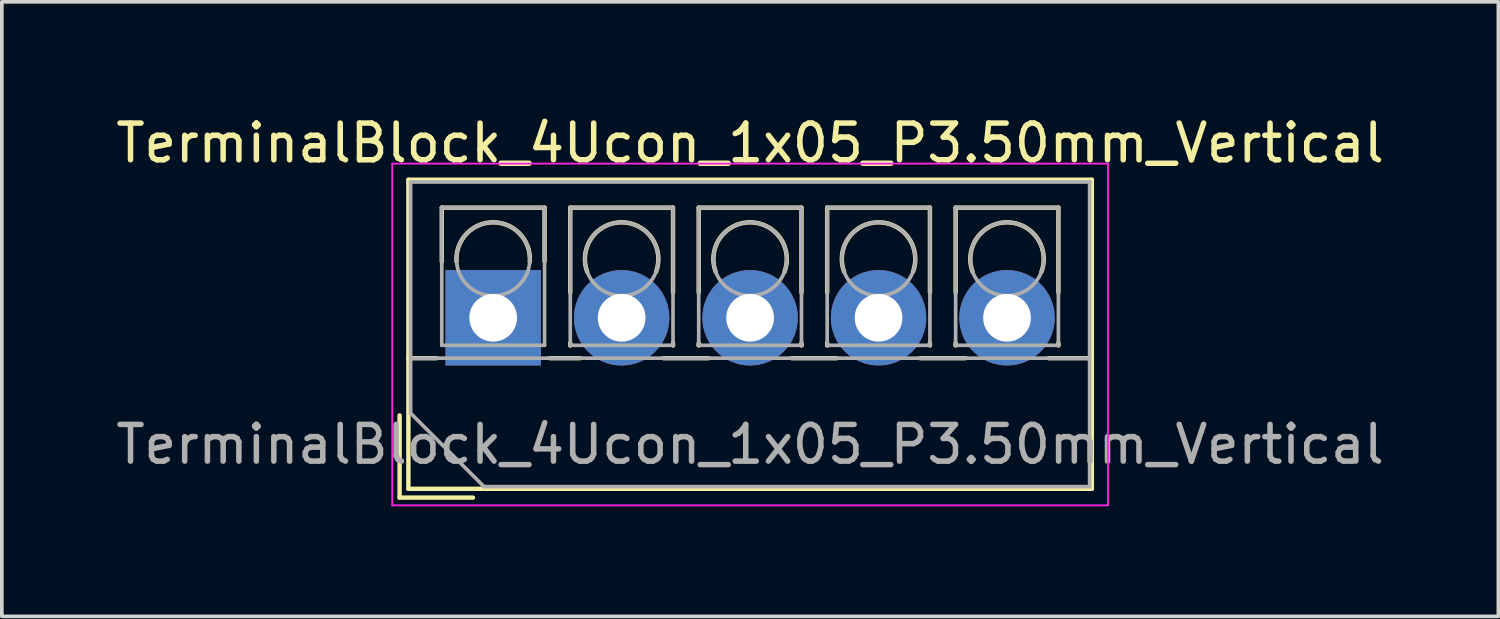
<source format=kicad_pcb>
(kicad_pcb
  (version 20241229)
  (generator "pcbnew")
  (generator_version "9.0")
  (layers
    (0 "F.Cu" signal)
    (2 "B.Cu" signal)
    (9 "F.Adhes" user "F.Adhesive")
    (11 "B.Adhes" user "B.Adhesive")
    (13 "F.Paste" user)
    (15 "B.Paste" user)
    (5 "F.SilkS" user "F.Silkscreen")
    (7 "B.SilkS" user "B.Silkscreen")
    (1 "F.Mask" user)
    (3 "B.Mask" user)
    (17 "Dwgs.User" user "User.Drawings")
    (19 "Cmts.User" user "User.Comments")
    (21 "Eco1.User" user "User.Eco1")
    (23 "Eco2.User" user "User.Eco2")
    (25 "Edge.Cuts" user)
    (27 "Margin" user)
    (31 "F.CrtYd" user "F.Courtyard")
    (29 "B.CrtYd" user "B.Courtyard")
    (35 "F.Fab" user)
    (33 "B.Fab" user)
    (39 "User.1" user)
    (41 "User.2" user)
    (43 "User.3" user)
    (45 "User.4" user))
  (footprint "TerminalBlock_4Ucon_1x05_P3.50mm_Vertical"
    (layer "F.Cu")
    (at 10.387 5.608)
    (property "Reference" "TerminalBlock_4Ucon_1x05_P3.50mm_Vertical" (at 7 -4.76 0) (layer "F.SilkS") (effects (font (size 1 1) (thickness 0.15))))
    (attr through_hole)
    (fp_line (start -2.55 2.66) (end -2.55 4.9) (stroke (width 0.12) (type solid)) (layer "F.SilkS"))
    (fp_line (start -2.55 4.9) (end -0.55 4.9) (stroke (width 0.12) (type solid)) (layer "F.SilkS"))
    (fp_line (start -2.31 -3.76) (end -2.31 4.66) (stroke (width 0.12) (type solid)) (layer "F.SilkS"))
    (fp_line (start -2.31 -3.76) (end 16.311 -3.76) (stroke (width 0.12) (type solid)) (layer "F.SilkS"))
    (fp_line (start -2.31 1.101) (end -1.54 1.101) (stroke (width 0.12) (type solid)) (layer "F.SilkS"))
    (fp_line (start -2.31 4.66) (end 16.311 4.66) (stroke (width 0.12) (type solid)) (layer "F.SilkS"))
    (fp_line (start -1.4 -3) (end -1.4 -1.54) (stroke (width 0.12) (type solid)) (layer "F.SilkS"))
    (fp_line (start -1.4 -3) (end 1.4 -3) (stroke (width 0.12) (type solid)) (layer "F.SilkS"))
    (fp_line (start 1.4 -3) (end 1.4 -1.54) (stroke (width 0.12) (type solid)) (layer "F.SilkS"))
    (fp_line (start 1.54 1.101) (end 2.367 1.101) (stroke (width 0.12) (type solid)) (layer "F.SilkS"))
    (fp_line (start 2.1 -3) (end 2.1 -0.689) (stroke (width 0.12) (type solid)) (layer "F.SilkS"))
    (fp_line (start 2.1 -3) (end 4.9 -3) (stroke (width 0.12) (type solid)) (layer "F.SilkS"))
    (fp_line (start 2.1 0.689) (end 2.1 0.75) (stroke (width 0.12) (type solid)) (layer "F.SilkS"))
    (fp_line (start 2.1 0.75) (end 2.101 0.75) (stroke (width 0.12) (type solid)) (layer "F.SilkS"))
    (fp_line (start 4.634 1.101) (end 5.867 1.101) (stroke (width 0.12) (type solid)) (layer "F.SilkS"))
    (fp_line (start 4.9 -3) (end 4.9 -0.689) (stroke (width 0.12) (type solid)) (layer "F.SilkS"))
    (fp_line (start 4.9 0.689) (end 4.9 0.75) (stroke (width 0.12) (type solid)) (layer "F.SilkS"))
    (fp_line (start 4.9 0.75) (end 4.9 0.75) (stroke (width 0.12) (type solid)) (layer "F.SilkS"))
    (fp_line (start 5.6 -3) (end 5.6 -0.689) (stroke (width 0.12) (type solid)) (layer "F.SilkS"))
    (fp_line (start 5.6 -3) (end 8.4 -3) (stroke (width 0.12) (type solid)) (layer "F.SilkS"))
    (fp_line (start 5.6 0.689) (end 5.6 0.75) (stroke (width 0.12) (type solid)) (layer "F.SilkS"))
    (fp_line (start 5.6 0.75) (end 5.601 0.75) (stroke (width 0.12) (type solid)) (layer "F.SilkS"))
    (fp_line (start 8.134 1.101) (end 9.367 1.101) (stroke (width 0.12) (type solid)) (layer "F.SilkS"))
    (fp_line (start 8.4 -3) (end 8.4 -0.689) (stroke (width 0.12) (type solid)) (layer "F.SilkS"))
    (fp_line (start 8.4 0.689) (end 8.4 0.75) (stroke (width 0.12) (type solid)) (layer "F.SilkS"))
    (fp_line (start 8.4 0.75) (end 8.4 0.75) (stroke (width 0.12) (type solid)) (layer "F.SilkS"))
    (fp_line (start 9.1 -3) (end 9.1 -0.689) (stroke (width 0.12) (type solid)) (layer "F.SilkS"))
    (fp_line (start 9.1 -3) (end 11.9 -3) (stroke (width 0.12) (type solid)) (layer "F.SilkS"))
    (fp_line (start 9.1 0.689) (end 9.1 0.75) (stroke (width 0.12) (type solid)) (layer "F.SilkS"))
    (fp_line (start 9.1 0.75) (end 9.101 0.75) (stroke (width 0.12) (type solid)) (layer "F.SilkS"))
    (fp_line (start 11.634 1.101) (end 12.867 1.101) (stroke (width 0.12) (type solid)) (layer "F.SilkS"))
    (fp_line (start 11.9 -3) (end 11.9 -0.689) (stroke (width 0.12) (type solid)) (layer "F.SilkS"))
    (fp_line (start 11.9 0.689) (end 11.9 0.75) (stroke (width 0.12) (type solid)) (layer "F.SilkS"))
    (fp_line (start 11.9 0.75) (end 11.9 0.75) (stroke (width 0.12) (type solid)) (layer "F.SilkS"))
    (fp_line (start 12.6 -3) (end 12.6 -0.689) (stroke (width 0.12) (type solid)) (layer "F.SilkS"))
    (fp_line (start 12.6 -3) (end 15.4 -3) (stroke (width 0.12) (type solid)) (layer "F.SilkS"))
    (fp_line (start 12.6 0.689) (end 12.6 0.75) (stroke (width 0.12) (type solid)) (layer "F.SilkS"))
    (fp_line (start 12.6 0.75) (end 12.601 0.75) (stroke (width 0.12) (type solid)) (layer "F.SilkS"))
    (fp_line (start 15.134 1.101) (end 16.311 1.101) (stroke (width 0.12) (type solid)) (layer "F.SilkS"))
    (fp_line (start 15.4 -3) (end 15.4 -0.689) (stroke (width 0.12) (type solid)) (layer "F.SilkS"))
    (fp_line (start 15.4 0.689) (end 15.4 0.75) (stroke (width 0.12) (type solid)) (layer "F.SilkS"))
    (fp_line (start 15.4 0.75) (end 15.4 0.75) (stroke (width 0.12) (type solid)) (layer "F.SilkS"))
    (fp_line (start 16.311 -3.76) (end 16.311 4.66) (stroke (width 0.12) (type solid)) (layer "F.SilkS"))
    (fp_arc (start -0.99789 -1.529434) (mid -0.000785 -2.600382) (end 0.998 -1.531) (stroke (width 0.12) (type solid)) (layer "F.SilkS"))
    (fp_arc (start 2.560085 -1.257767) (mid 3.499876 -2.600282) (end 4.44 -1.258) (stroke (width 0.12) (type solid)) (layer "F.SilkS"))
    (fp_arc (start 6.060085 -1.257767) (mid 6.999876 -2.600282) (end 7.94 -1.258) (stroke (width 0.12) (type solid)) (layer "F.SilkS"))
    (fp_arc (start 9.560085 -1.257767) (mid 10.499876 -2.600282) (end 11.44 -1.258) (stroke (width 0.12) (type solid)) (layer "F.SilkS"))
    (fp_arc (start 13.060085 -1.257767) (mid 13.999876 -2.600282) (end 14.94 -1.258) (stroke (width 0.12) (type solid)) (layer "F.SilkS"))
    (fp_line (start -2.75 -4.2) (end -2.75 5.11) (stroke (width 0.05) (type solid)) (layer "F.CrtYd"))
    (fp_line (start -2.75 5.11) (end 16.75 5.11) (stroke (width 0.05) (type solid)) (layer "F.CrtYd"))
    (fp_line (start 16.75 -4.2) (end -2.75 -4.2) (stroke (width 0.05) (type solid)) (layer "F.CrtYd"))
    (fp_line (start 16.75 5.11) (end 16.75 -4.2) (stroke (width 0.05) (type solid)) (layer "F.CrtYd"))
    (fp_line (start -2.25 -3.7) (end 16.25 -3.7) (stroke (width 0.1) (type solid)) (layer "F.Fab"))
    (fp_line (start -2.25 1.1) (end 16.25 1.1) (stroke (width 0.1) (type solid)) (layer "F.Fab"))
    (fp_line (start -2.25 2.6) (end -2.25 -3.7) (stroke (width 0.1) (type solid)) (layer "F.Fab"))
    (fp_line (start -1.4 -3) (end -1.4 0.75) (stroke (width 0.1) (type solid)) (layer "F.Fab"))
    (fp_line (start -1.4 0.75) (end 1.4 0.75) (stroke (width 0.1) (type solid)) (layer "F.Fab"))
    (fp_line (start -0.25 4.6) (end -2.25 2.6) (stroke (width 0.1) (type solid)) (layer "F.Fab"))
    (fp_line (start 1.4 -3) (end -1.4 -3) (stroke (width 0.1) (type solid)) (layer "F.Fab"))
    (fp_line (start 1.4 0.75) (end 1.4 -3) (stroke (width 0.1) (type solid)) (layer "F.Fab"))
    (fp_line (start 2.1 -3) (end 2.1 0.75) (stroke (width 0.1) (type solid)) (layer "F.Fab"))
    (fp_line (start 2.1 0.75) (end 4.9 0.75) (stroke (width 0.1) (type solid)) (layer "F.Fab"))
    (fp_line (start 4.9 -3) (end 2.1 -3) (stroke (width 0.1) (type solid)) (layer "F.Fab"))
    (fp_line (start 4.9 0.75) (end 4.9 -3) (stroke (width 0.1) (type solid)) (layer "F.Fab"))
    (fp_line (start 5.6 -3) (end 5.6 0.75) (stroke (width 0.1) (type solid)) (layer "F.Fab"))
    (fp_line (start 5.6 0.75) (end 8.4 0.75) (stroke (width 0.1) (type solid)) (layer "F.Fab"))
    (fp_line (start 8.4 -3) (end 5.6 -3) (stroke (width 0.1) (type solid)) (layer "F.Fab"))
    (fp_line (start 8.4 0.75) (end 8.4 -3) (stroke (width 0.1) (type solid)) (layer "F.Fab"))
    (fp_line (start 9.1 -3) (end 9.1 0.75) (stroke (width 0.1) (type solid)) (layer "F.Fab"))
    (fp_line (start 9.1 0.75) (end 11.9 0.75) (stroke (width 0.1) (type solid)) (layer "F.Fab"))
    (fp_line (start 11.9 -3) (end 9.1 -3) (stroke (width 0.1) (type solid)) (layer "F.Fab"))
    (fp_line (start 11.9 0.75) (end 11.9 -3) (stroke (width 0.1) (type solid)) (layer "F.Fab"))
    (fp_line (start 12.6 -3) (end 12.6 0.75) (stroke (width 0.1) (type solid)) (layer "F.Fab"))
    (fp_line (start 12.6 0.75) (end 15.4 0.75) (stroke (width 0.1) (type solid)) (layer "F.Fab"))
    (fp_line (start 15.4 -3) (end 12.6 -3) (stroke (width 0.1) (type solid)) (layer "F.Fab"))
    (fp_line (start 15.4 0.75) (end 15.4 -3) (stroke (width 0.1) (type solid)) (layer "F.Fab"))
    (fp_line (start 16.25 -3.7) (end 16.25 4.6) (stroke (width 0.1) (type solid)) (layer "F.Fab"))
    (fp_line (start 16.25 4.6) (end -0.25 4.6) (stroke (width 0.1) (type solid)) (layer "F.Fab"))
    (fp_circle (center 0 -1.6) (end 1 -1.6) (stroke (width 0.1) (type solid)) (fill no) (layer "F.Fab"))
    (fp_circle (center 3.5 -1.6) (end 4.5 -1.6) (stroke (width 0.1) (type solid)) (fill no) (layer "F.Fab"))
    (fp_circle (center 7 -1.6) (end 8 -1.6) (stroke (width 0.1) (type solid)) (fill no) (layer "F.Fab"))
    (fp_circle (center 10.5 -1.6) (end 11.5 -1.6) (stroke (width 0.1) (type solid)) (fill no) (layer "F.Fab"))
    (fp_circle (center 14 -1.6) (end 15 -1.6) (stroke (width 0.1) (type solid)) (fill no) (layer "F.Fab"))
    (fp_text user "${REFERENCE}" (at 7 3.45 0) (layer "F.Fab") (effects (font (size 1 1) (thickness 0.15))))
    (pad "1" thru_hole rect (at 0 0) (size 2.6 2.6) (drill 1.3) (layers "*.Cu" "*.Mask"))
    (pad "2" thru_hole circle (at 3.5 0) (size 2.6 2.6) (drill 1.3) (layers "*.Cu" "*.Mask"))
    (pad "3" thru_hole circle (at 7 0) (size 2.6 2.6) (drill 1.3) (layers "*.Cu" "*.Mask"))
    (pad "4" thru_hole circle (at 10.5 0) (size 2.6 2.6) (drill 1.3) (layers "*.Cu" "*.Mask"))
    (pad "5" thru_hole circle (at 14 0) (size 2.6 2.6) (drill 1.3) (layers "*.Cu" "*.Mask")))
  (gr_rect
    (start -3 -3)
    (end 37.774 13.743)
    (stroke (width 0.1) (type default))
    (fill no)
    (layer "Edge.Cuts")))
</source>
